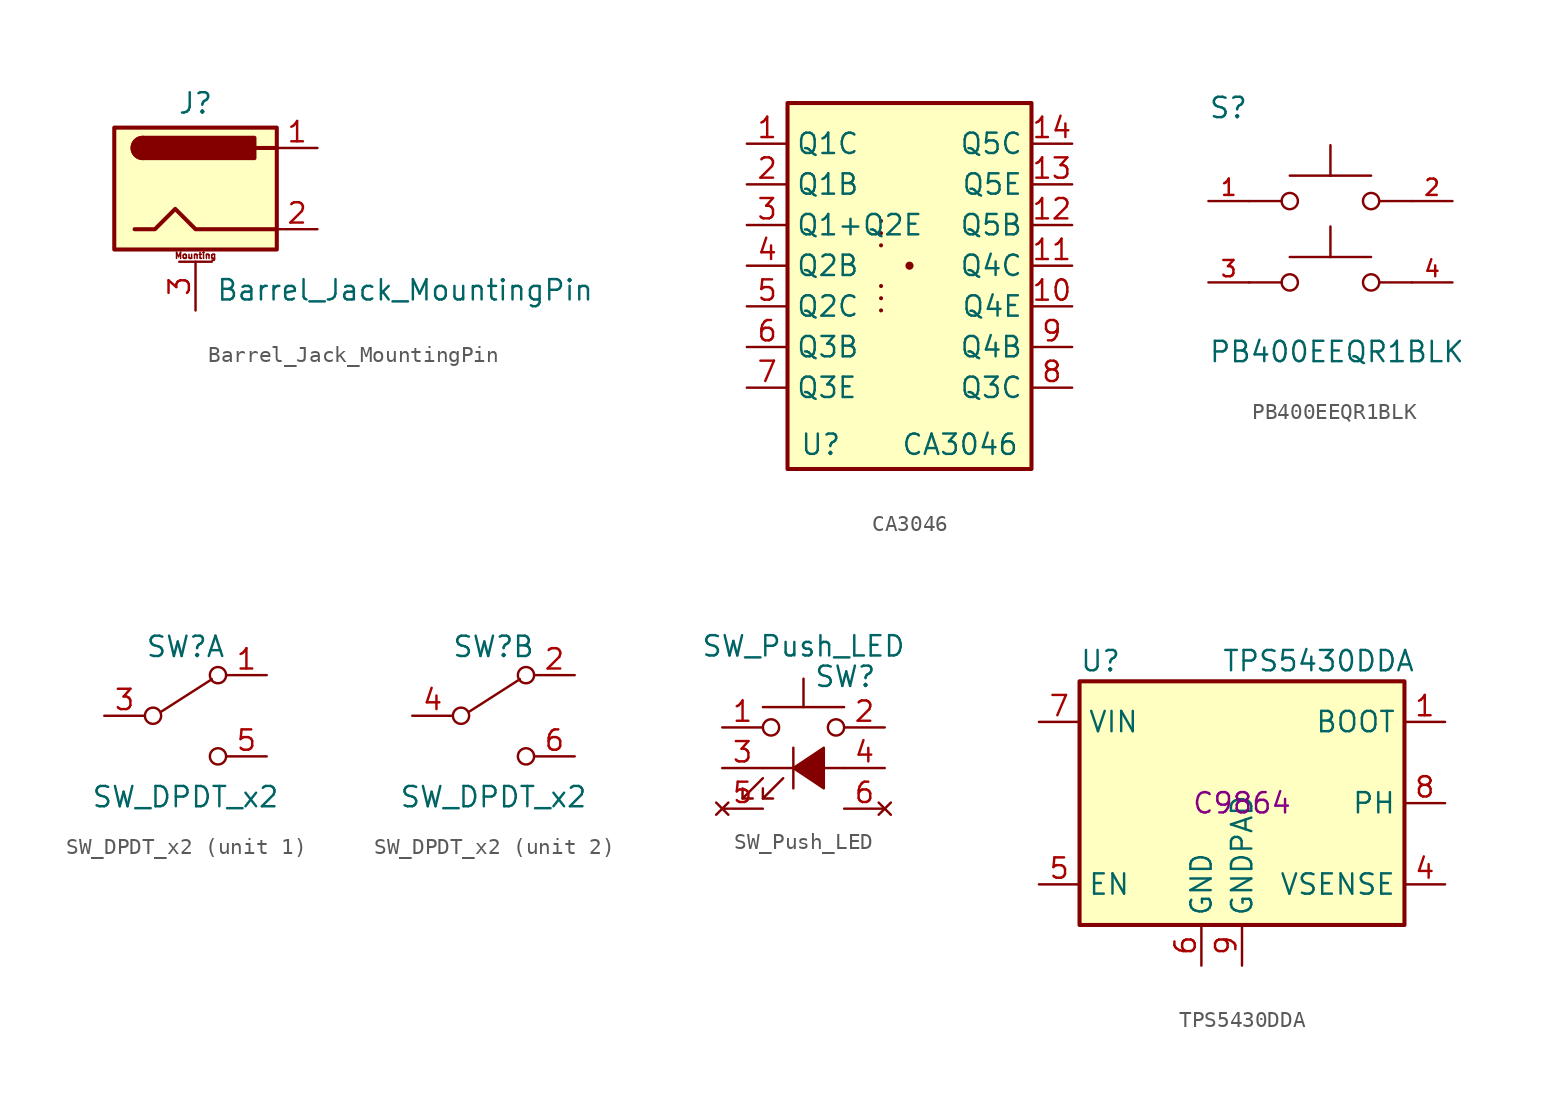
<source format=kicad_sym>
(kicad_symbol_lib
  (version 20241209)
  (generator "kicad_symbol_editor")
  (generator_version "9.0")
  (symbol "Barrel_Jack_MountingPin"
    (pin_names
      (hide yes))
    (property "Reference" "J"
      (at 0 5.334 0)
      (effects (font (size 1.27 1.27))))
    (property "Value" "Barrel_Jack_MountingPin"
      (at 1.27 -6.35 0)
      (effects (font (size 1.27 1.27)) (justify left)))
    (symbol "Barrel_Jack_MountingPin_0_1"
      (rectangle (start -5.08 3.81) (end 5.08 -3.81) (stroke (width 0.254) (type solid)) (fill (type background)))
      (polyline (pts (xy -3.81 -2.54) (xy -2.54 -2.54) (xy -1.27 -1.27) (xy 0 -2.54) (xy 2.54 -2.54) (xy 5.08 -2.54)) (stroke (width 0.254) (type solid)) (fill (type none)))
      (arc (start -3.302 1.905) (mid -3.9343 2.54) (end -3.302 3.175) (stroke (width 0.254) (type solid)) (fill (type none)))
      (arc (start -3.302 1.905) (mid -3.9343 2.54) (end -3.302 3.175) (stroke (width 0.254) (type solid)) (fill (type outline)))
      (rectangle (start 3.683 3.175) (end -3.302 1.905) (stroke (width 0.254) (type solid)) (fill (type outline)))
      (polyline (pts (xy 5.08 2.54) (xy 3.81 2.54)) (stroke (width 0.254) (type solid)) (fill (type none))))
    (symbol "Barrel_Jack_MountingPin_1_1"
      (polyline (pts (xy -1.016 -4.572) (xy 1.016 -4.572)) (stroke (width 0.152) (type solid)) (fill (type none)))
      (text "Mounting" (at 0 -4.191 0) (effects (font (size 0.381 0.381))))
      (pin passive line (at 0 -7.62 90) (length 3.048) (name "MountPin" (effects (font (size 1.27 1.27)))) (number "3" (effects (font (size 1.27 1.27)))))
      (pin passive line (at 7.62 2.54 180) (length 2.54) (name "~" (effects (font (size 1.27 1.27)))) (number "1" (effects (font (size 1.27 1.27)))))
      (pin passive line (at 7.62 -2.54 180) (length 2.54) (name "~" (effects (font (size 1.27 1.27)))) (number "2" (effects (font (size 1.27 1.27)))))))
  (symbol "CA3046"
    (property "Reference" "U"
      (at -6.858 -11.176 0)
      (effects (font (size 1.27 1.27)) (justify left)))
    (property "Value" "CA3046"
      (at 6.858 -11.176 0)
      (effects (font (size 1.27 1.27)) (justify right)))
    (symbol "CA3046_0_1"
      (rectangle (start -7.62 10.16) (end 7.62 -12.7) (stroke (width 0.254) (type solid)) (fill (type background)))
      (polyline (pts (xy -1.778 2.794) (xy -1.778 2.794)) (stroke (width 0.254) (type solid)) (fill (type none)))
      (polyline (pts (xy -1.778 2.032) (xy -1.778 2.032)) (stroke (width 0.254) (type solid)) (fill (type none)))
      (polyline (pts (xy -1.778 1.27) (xy -1.778 1.27)) (stroke (width 0.254) (type solid)) (fill (type none)))
      (polyline (pts (xy -1.778 -1.27) (xy -1.778 -1.27)) (stroke (width 0.254) (type solid)) (fill (type none)))
      (polyline (pts (xy -1.778 -2.032) (xy -1.778 -2.032)) (stroke (width 0.254) (type solid)) (fill (type none)))
      (polyline (pts (xy -1.778 -2.794) (xy -1.778 -2.794)) (stroke (width 0.254) (type solid)) (fill (type none)))
      (polyline (pts (xy 0 0) (xy 0 0)) (stroke (width 0.508) (type solid)) (fill (type none))))
    (symbol "CA3046_1_1"
      (pin open_collector line (at -10.16 7.62 0) (length 2.54) (name "Q1C" (effects (font (size 1.27 1.27)))) (number "1" (effects (font (size 1.27 1.27)))))
      (pin input line (at -10.16 5.08 0) (length 2.54) (name "Q1B" (effects (font (size 1.27 1.27)))) (number "2" (effects (font (size 1.27 1.27)))))
      (pin open_emitter line (at -10.16 2.54 0) (length 2.54) (name "Q1+Q2E" (effects (font (size 1.27 1.27)))) (number "3" (effects (font (size 1.27 1.27)))))
      (pin input line (at -10.16 0 0) (length 2.54) (name "Q2B" (effects (font (size 1.27 1.27)))) (number "4" (effects (font (size 1.27 1.27)))))
      (pin open_collector line (at -10.16 -2.54 0) (length 2.54) (name "Q2C" (effects (font (size 1.27 1.27)))) (number "5" (effects (font (size 1.27 1.27)))))
      (pin input line (at -10.16 -5.08 0) (length 2.54) (name "Q3B" (effects (font (size 1.27 1.27)))) (number "6" (effects (font (size 1.27 1.27)))))
      (pin open_emitter line (at -10.16 -7.62 0) (length 2.54) (name "Q3E" (effects (font (size 1.27 1.27)))) (number "7" (effects (font (size 1.27 1.27)))))
      (pin open_collector line (at 10.16 7.62 180) (length 2.54) (name "Q5C" (effects (font (size 1.27 1.27)))) (number "14" (effects (font (size 1.27 1.27)))))
      (pin open_emitter line (at 10.16 5.08 180) (length 2.54) (name "Q5E" (effects (font (size 1.27 1.27)))) (number "13" (effects (font (size 1.27 1.27)))))
      (pin input line (at 10.16 2.54 180) (length 2.54) (name "Q5B" (effects (font (size 1.27 1.27)))) (number "12" (effects (font (size 1.27 1.27)))))
      (pin open_collector line (at 10.16 0 180) (length 2.54) (name "Q4C" (effects (font (size 1.27 1.27)))) (number "11" (effects (font (size 1.27 1.27)))))
      (pin open_emitter line (at 10.16 -2.54 180) (length 2.54) (name "Q4E" (effects (font (size 1.27 1.27)))) (number "10" (effects (font (size 1.27 1.27)))))
      (pin input line (at 10.16 -5.08 180) (length 2.54) (name "Q4B" (effects (font (size 1.27 1.27)))) (number "9" (effects (font (size 1.27 1.27)))))
      (pin open_collector line (at 10.16 -7.62 180) (length 2.54) (name "Q3C" (effects (font (size 1.27 1.27)))) (number "8" (effects (font (size 1.27 1.27)))))))
  (symbol "PB400EEQR1BLK"
    (pin_names
      (offset 1.016))
    (property "Reference" "S"
      (at -7.62 7.62 0)
      (effects (font (size 1.27 1.27)) (justify left bottom)))
    (property "Value" "PB400EEQR1BLK"
      (at -7.62 -7.62 0)
      (effects (font (size 1.27 1.27)) (justify left bottom)))
    (symbol "PB400EEQR1BLK_0_0"
      (polyline (pts (xy -5.08 2.54) (xy -3.048 2.54)) (stroke (width 0.152) (type default)) (fill (type none)))
      (polyline (pts (xy -5.08 -2.54) (xy -3.048 -2.54)) (stroke (width 0.152) (type default)) (fill (type none)))
      (polyline (pts (xy -2.54 4.128) (xy 0 4.128)) (stroke (width 0.152) (type default)) (fill (type none)))
      (circle (center -2.54 2.54) (radius 0.508) (stroke (width 0.152) (type default)) (fill (type none)))
      (polyline (pts (xy -2.54 -0.953) (xy 0 -0.953)) (stroke (width 0.152) (type default)) (fill (type none)))
      (circle (center -2.54 -2.54) (radius 0.508) (stroke (width 0.152) (type default)) (fill (type none)))
      (polyline (pts (xy 0 4.128) (xy 0 6.032)) (stroke (width 0.152) (type default)) (fill (type none)))
      (polyline (pts (xy 0 4.128) (xy 2.54 4.128)) (stroke (width 0.152) (type default)) (fill (type none)))
      (polyline (pts (xy 0 -0.953) (xy 0 0.953)) (stroke (width 0.152) (type default)) (fill (type none)))
      (polyline (pts (xy 0 -0.953) (xy 2.54 -0.953)) (stroke (width 0.152) (type default)) (fill (type none)))
      (circle (center 2.54 2.54) (radius 0.508) (stroke (width 0.152) (type default)) (fill (type none)))
      (circle (center 2.54 -2.54) (radius 0.508) (stroke (width 0.152) (type default)) (fill (type none)))
      (polyline (pts (xy 5.08 2.54) (xy 3.048 2.54)) (stroke (width 0.152) (type default)) (fill (type none)))
      (polyline (pts (xy 5.08 -2.54) (xy 3.048 -2.54)) (stroke (width 0.152) (type default)) (fill (type none)))
      (pin passive line (at -7.62 2.54 0) (length 2.54) (name "~" (effects (font (size 1.016 1.016)))) (number "1" (effects (font (size 1.016 1.016)))))
      (pin passive line (at -7.62 -2.54 0) (length 2.54) (name "~" (effects (font (size 1.016 1.016)))) (number "3" (effects (font (size 1.016 1.016)))))
      (pin passive line (at 7.62 2.54 180) (length 2.54) (name "~" (effects (font (size 1.016 1.016)))) (number "2" (effects (font (size 1.016 1.016)))))
      (pin passive line (at 7.62 -2.54 180) (length 2.54) (name "~" (effects (font (size 1.016 1.016)))) (number "4" (effects (font (size 1.016 1.016)))))))
  (symbol "SW_DPDT_x2"
    (pin_names
      (offset 0)
      (hide yes))
    (property "Reference" "SW"
      (at 0 4.318 0)
      (effects (font (size 1.27 1.27))))
    (property "Value" "SW_DPDT_x2"
      (at 0 -5.08 0)
      (effects (font (size 1.27 1.27))))
    (symbol "SW_DPDT_x2_0_0"
      (circle (center -2.032 0) (radius 0.508) (stroke (width 0) (type solid)) (fill (type none)))
      (circle (center 2.032 -2.54) (radius 0.508) (stroke (width 0) (type solid)) (fill (type none))))
    (symbol "SW_DPDT_x2_0_1"
      (polyline (pts (xy -1.524 0.254) (xy 1.651 2.286)) (stroke (width 0) (type solid)) (fill (type none)))
      (circle (center 2.032 2.54) (radius 0.508) (stroke (width 0) (type solid)) (fill (type none))))
    (symbol "SW_DPDT_x2_1_1"
      (pin passive line (at -5.08 0 0) (length 2.54) (name "B" (effects (font (size 1.27 1.27)))) (number "3" (effects (font (size 1.27 1.27)))))
      (pin passive line (at 5.08 2.54 180) (length 2.54) (name "A" (effects (font (size 1.27 1.27)))) (number "1" (effects (font (size 1.27 1.27)))))
      (pin passive line (at 5.08 -2.54 180) (length 2.54) (name "C" (effects (font (size 1.27 1.27)))) (number "5" (effects (font (size 1.27 1.27))))))
    (symbol "SW_DPDT_x2_2_1"
      (pin passive line (at -5.08 0 0) (length 2.54) (name "B" (effects (font (size 1.27 1.27)))) (number "4" (effects (font (size 1.27 1.27)))))
      (pin passive line (at 5.08 2.54 180) (length 2.54) (name "A" (effects (font (size 1.27 1.27)))) (number "2" (effects (font (size 1.27 1.27)))))
      (pin passive line (at 5.08 -2.54 180) (length 2.54) (name "C" (effects (font (size 1.27 1.27)))) (number "6" (effects (font (size 1.27 1.27)))))))
  (symbol "SW_Push_LED"
    (pin_names
      (offset 1.016)
      (hide yes))
    (property "Reference" "SW"
      (at 0.635 5.715 0)
      (effects (font (size 1.27 1.27)) (justify left)))
    (property "Value" "SW_Push_LED"
      (at 0 7.62 0)
      (effects (font (size 1.27 1.27))))
    (symbol "SW_Push_LED_0_0"
      (polyline (pts (xy -3.81 -1.27) (xy -3.81 -1.905) (xy -3.175 -1.905)) (stroke (width 0) (type solid)) (fill (type none)))
      (polyline (pts (xy -3.81 -1.905) (xy -2.54 -0.635)) (stroke (width 0) (type solid)) (fill (type none)))
      (polyline (pts (xy -2.54 0) (xy 2.54 0)) (stroke (width 0) (type solid)) (fill (type none)))
      (polyline (pts (xy -2.54 -1.27) (xy -2.54 -1.905) (xy -1.905 -1.905)) (stroke (width 0) (type solid)) (fill (type none)))
      (polyline (pts (xy -2.54 -1.905) (xy -1.27 -0.635)) (stroke (width 0) (type solid)) (fill (type none)))
      (polyline (pts (xy -0.635 1.27) (xy -0.635 -1.27)) (stroke (width 0) (type solid)) (fill (type none)))
      (polyline (pts (xy -0.635 0) (xy 1.27 1.27) (xy 1.27 -1.27) (xy -0.635 0)) (stroke (width 0) (type solid)) (fill (type outline))))
    (symbol "SW_Push_LED_0_1"
      (circle (center -2.032 2.54) (radius 0.508) (stroke (width 0) (type solid)) (fill (type none)))
      (polyline (pts (xy 0 3.81) (xy 0 5.588)) (stroke (width 0) (type solid)) (fill (type none)))
      (circle (center 2.032 2.54) (radius 0.508) (stroke (width 0) (type solid)) (fill (type none)))
      (polyline (pts (xy 2.54 3.81) (xy -2.54 3.81)) (stroke (width 0) (type solid)) (fill (type none)))
      (pin passive line (at -5.08 2.54 0) (length 2.54) (name "1" (effects (font (size 1.27 1.27)))) (number "1" (effects (font (size 1.27 1.27)))))
      (pin passive line (at -5.08 0 0) (length 2.54) (name "K" (effects (font (size 1.27 1.27)))) (number "3" (effects (font (size 1.27 1.27)))))
      (pin passive line (at 5.08 2.54 180) (length 2.54) (name "2" (effects (font (size 1.27 1.27)))) (number "2" (effects (font (size 1.27 1.27)))))
      (pin passive line (at 5.08 0 180) (length 2.54) (name "A" (effects (font (size 1.27 1.27)))) (number "4" (effects (font (size 1.27 1.27))))))
    (symbol "SW_Push_LED_1_1"
      (pin no_connect line (at -5.08 -2.54 0) (length 2.54) (name "~" (effects (font (size 1.27 1.27)))) (number "5" (effects (font (size 1.27 1.27)))))
      (pin no_connect line (at 5.08 -2.54 180) (length 2.54) (name "~" (effects (font (size 1.27 1.27)))) (number "6" (effects (font (size 1.27 1.27)))))))
  (symbol "TPS5430DDA"
    (property "Reference" "U"
      (at -10.16 8.89 0)
      (effects (font (size 1.27 1.27)) (justify left)))
    (property "Value" "TPS5430DDA"
      (at -1.27 8.89 0)
      (effects (font (size 1.27 1.27)) (justify left)))
    (property "LCSC" "C9864"
      (at 0 0 0)
      (effects (font (size 1.27 1.27))))
    (symbol "TPS5430DDA_0_1"
      (rectangle (start -10.16 7.62) (end 10.16 -7.62) (stroke (width 0.254) (type default)) (fill (type background))))
    (symbol "TPS5430DDA_1_1"
      (pin power_in line (at -12.7 5.08 0) (length 2.54) (name "VIN" (effects (font (size 1.27 1.27)))) (number "7" (effects (font (size 1.27 1.27)))))
      (pin input line (at -12.7 -5.08 0) (length 2.54) (name "EN" (effects (font (size 1.27 1.27)))) (number "5" (effects (font (size 1.27 1.27)))))
      (pin no_connect line (at -10.16 2.54 0) (length 2.54) (hide yes) (name "NC" (effects (font (size 1.27 1.27)))) (number "2" (effects (font (size 1.27 1.27)))))
      (pin no_connect line (at -10.16 -2.54 0) (length 2.54) (hide yes) (name "NC" (effects (font (size 1.27 1.27)))) (number "3" (effects (font (size 1.27 1.27)))))
      (pin power_in line (at -2.54 -10.16 90) (length 2.54) (name "GND" (effects (font (size 1.27 1.27)))) (number "6" (effects (font (size 1.27 1.27)))))
      (pin power_in line (at 0 -10.16 90) (length 2.54) (name "GNDPAD" (effects (font (size 1.27 1.27)))) (number "9" (effects (font (size 1.27 1.27)))))
      (pin input line (at 12.7 5.08 180) (length 2.54) (name "BOOT" (effects (font (size 1.27 1.27)))) (number "1" (effects (font (size 1.27 1.27)))))
      (pin output line (at 12.7 0 180) (length 2.54) (name "PH" (effects (font (size 1.27 1.27)))) (number "8" (effects (font (size 1.27 1.27)))))
      (pin input line (at 12.7 -5.08 180) (length 2.54) (name "VSENSE" (effects (font (size 1.27 1.27)))) (number "4" (effects (font (size 1.27 1.27))))))))
</source>
